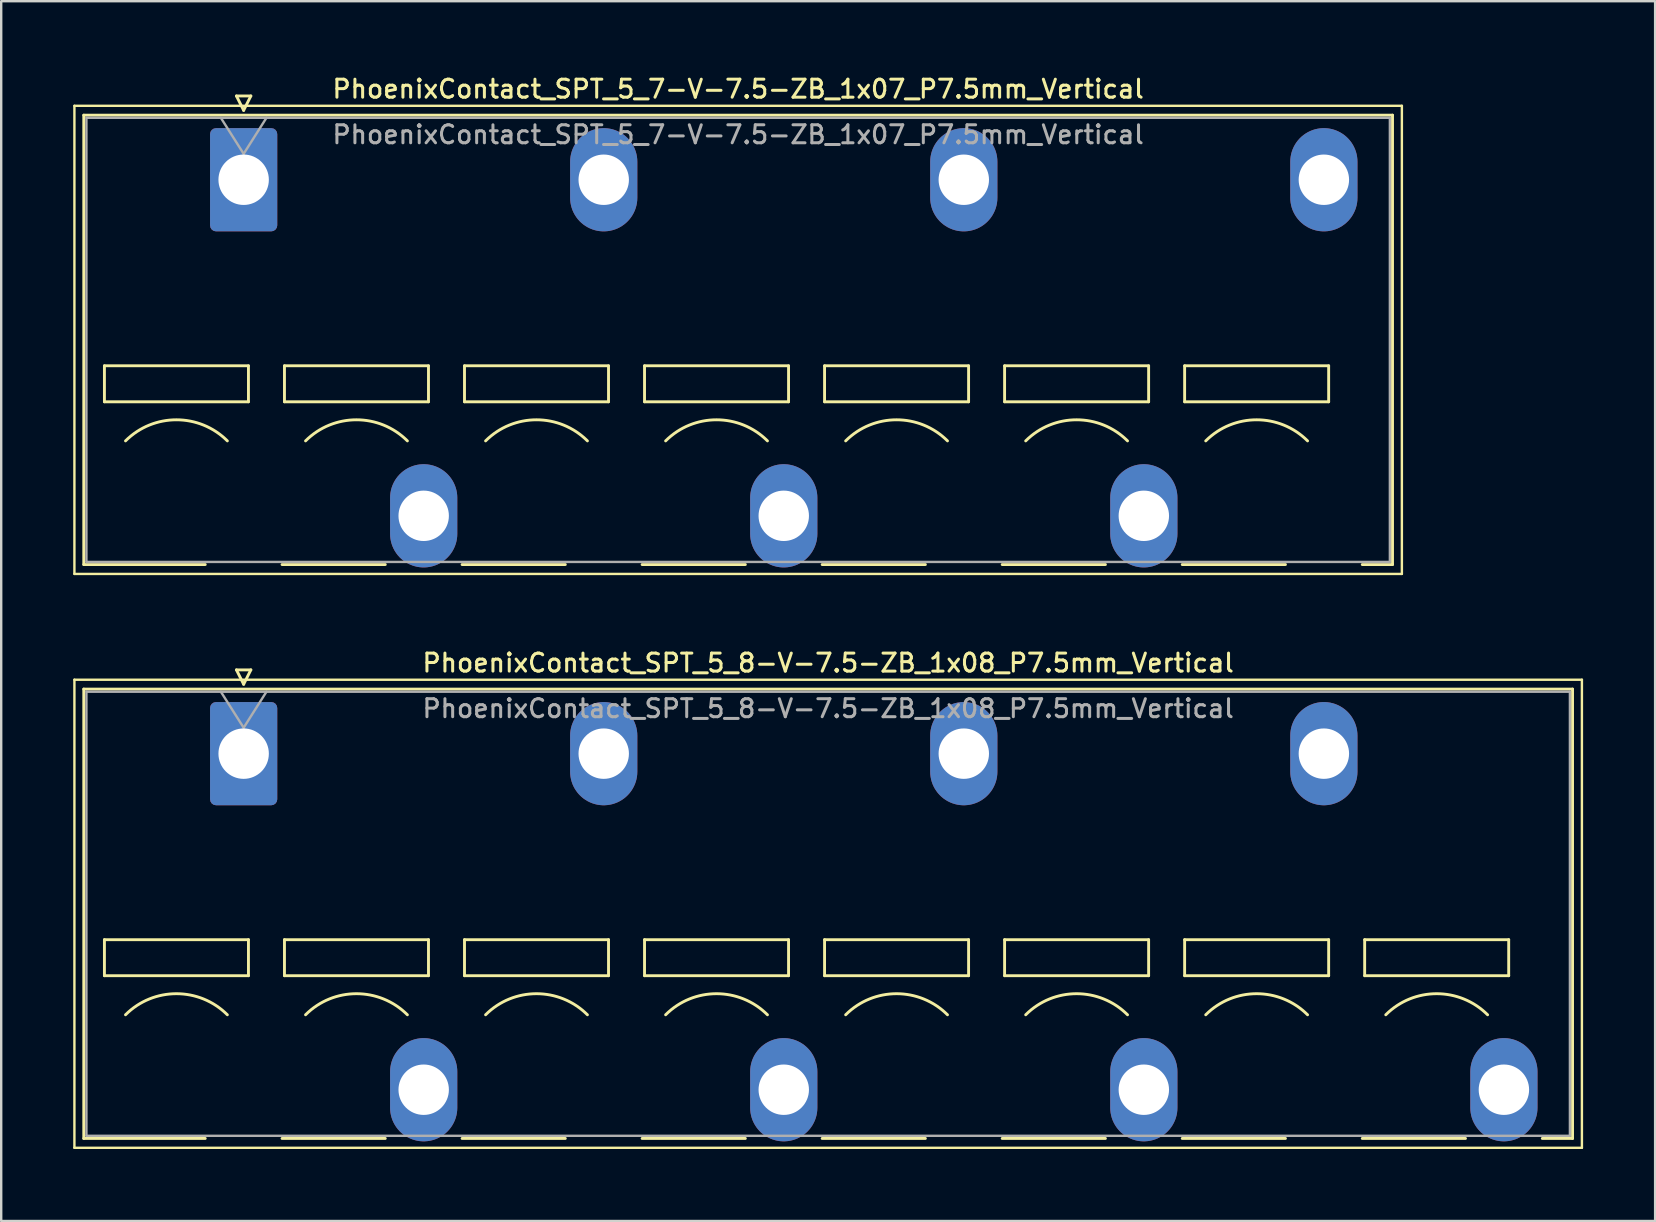
<source format=kicad_pcb>
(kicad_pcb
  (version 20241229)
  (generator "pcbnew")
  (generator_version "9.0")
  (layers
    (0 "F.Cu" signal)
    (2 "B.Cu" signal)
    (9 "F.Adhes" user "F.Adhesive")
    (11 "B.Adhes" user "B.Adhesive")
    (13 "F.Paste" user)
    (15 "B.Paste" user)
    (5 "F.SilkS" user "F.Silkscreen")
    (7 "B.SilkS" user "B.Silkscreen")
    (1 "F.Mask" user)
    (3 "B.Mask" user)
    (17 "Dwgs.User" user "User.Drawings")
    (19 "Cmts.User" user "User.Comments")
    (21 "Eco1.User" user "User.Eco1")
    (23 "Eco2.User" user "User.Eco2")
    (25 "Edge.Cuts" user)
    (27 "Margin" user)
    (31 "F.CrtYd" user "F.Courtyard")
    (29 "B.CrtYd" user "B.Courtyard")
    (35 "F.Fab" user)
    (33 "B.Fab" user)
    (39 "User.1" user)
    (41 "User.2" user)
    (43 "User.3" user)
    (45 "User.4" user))
  (footprint "PhoenixContact_SPT_5_8-V-7.5-ZB_1x08_P7.5mm_Vertical"
    (layer "F.Cu")
    (at 7.1 28.346)
    (property "Reference" "PhoenixContact_SPT_5_8-V-7.5-ZB_1x08_P7.5mm_Vertical" (at 24.35 -3.78 0) (layer "F.SilkS") (effects (font (size 0.75 0.75) (thickness 0.125))))
    (attr through_hole)
    (fp_line (start -7.05 -3.08) (end -7.05 16.42) (stroke (width 0.1) (type solid)) (layer "F.SilkS"))
    (fp_line (start -7.05 16.42) (end 55.75 16.42) (stroke (width 0.1) (type solid)) (layer "F.SilkS"))
    (fp_line (start -6.66 -2.69) (end 55.36 -2.69) (stroke (width 0.12) (type solid)) (layer "F.SilkS"))
    (fp_line (start -6.66 16.03) (end -6.66 -2.69) (stroke (width 0.12) (type solid)) (layer "F.SilkS"))
    (fp_line (start -6.66 16.03) (end -1.6 16.03) (stroke (width 0.12) (type solid)) (layer "F.SilkS"))
    (fp_line (start -5.8 7.75) (end -5.8 9.25) (stroke (width 0.12) (type solid)) (layer "F.SilkS"))
    (fp_line (start -5.8 9.25) (end 0.2 9.25) (stroke (width 0.12) (type solid)) (layer "F.SilkS"))
    (fp_line (start -0.3 -3.49) (end 0 -2.89) (stroke (width 0.12) (type solid)) (layer "F.SilkS"))
    (fp_line (start -0.3 -3.49) (end 0.3 -3.49) (stroke (width 0.12) (type solid)) (layer "F.SilkS"))
    (fp_line (start 0.2 7.75) (end -5.8 7.75) (stroke (width 0.12) (type solid)) (layer "F.SilkS"))
    (fp_line (start 0.2 9.25) (end 0.2 7.75) (stroke (width 0.12) (type solid)) (layer "F.SilkS"))
    (fp_line (start 0.3 -3.49) (end 0 -2.89) (stroke (width 0.12) (type solid)) (layer "F.SilkS"))
    (fp_line (start 1.6 16.03) (end 5.9 16.03) (stroke (width 0.12) (type solid)) (layer "F.SilkS"))
    (fp_line (start 1.7 7.75) (end 1.7 9.25) (stroke (width 0.12) (type solid)) (layer "F.SilkS"))
    (fp_line (start 1.7 9.25) (end 7.7 9.25) (stroke (width 0.12) (type solid)) (layer "F.SilkS"))
    (fp_line (start 7.7 7.75) (end 1.7 7.75) (stroke (width 0.12) (type solid)) (layer "F.SilkS"))
    (fp_line (start 7.7 9.25) (end 7.7 7.75) (stroke (width 0.12) (type solid)) (layer "F.SilkS"))
    (fp_line (start 9.1 16.03) (end 13.4 16.03) (stroke (width 0.12) (type solid)) (layer "F.SilkS"))
    (fp_line (start 9.2 7.75) (end 9.2 9.25) (stroke (width 0.12) (type solid)) (layer "F.SilkS"))
    (fp_line (start 9.2 9.25) (end 15.2 9.25) (stroke (width 0.12) (type solid)) (layer "F.SilkS"))
    (fp_line (start 15.2 7.75) (end 9.2 7.75) (stroke (width 0.12) (type solid)) (layer "F.SilkS"))
    (fp_line (start 15.2 9.25) (end 15.2 7.75) (stroke (width 0.12) (type solid)) (layer "F.SilkS"))
    (fp_line (start 16.6 16.03) (end 20.9 16.03) (stroke (width 0.12) (type solid)) (layer "F.SilkS"))
    (fp_line (start 16.7 7.75) (end 16.7 9.25) (stroke (width 0.12) (type solid)) (layer "F.SilkS"))
    (fp_line (start 16.7 9.25) (end 22.7 9.25) (stroke (width 0.12) (type solid)) (layer "F.SilkS"))
    (fp_line (start 22.7 7.75) (end 16.7 7.75) (stroke (width 0.12) (type solid)) (layer "F.SilkS"))
    (fp_line (start 22.7 9.25) (end 22.7 7.75) (stroke (width 0.12) (type solid)) (layer "F.SilkS"))
    (fp_line (start 24.1 16.03) (end 28.4 16.03) (stroke (width 0.12) (type solid)) (layer "F.SilkS"))
    (fp_line (start 24.2 7.75) (end 24.2 9.25) (stroke (width 0.12) (type solid)) (layer "F.SilkS"))
    (fp_line (start 24.2 9.25) (end 30.2 9.25) (stroke (width 0.12) (type solid)) (layer "F.SilkS"))
    (fp_line (start 30.2 7.75) (end 24.2 7.75) (stroke (width 0.12) (type solid)) (layer "F.SilkS"))
    (fp_line (start 30.2 9.25) (end 30.2 7.75) (stroke (width 0.12) (type solid)) (layer "F.SilkS"))
    (fp_line (start 31.6 16.03) (end 35.9 16.03) (stroke (width 0.12) (type solid)) (layer "F.SilkS"))
    (fp_line (start 31.7 7.75) (end 31.7 9.25) (stroke (width 0.12) (type solid)) (layer "F.SilkS"))
    (fp_line (start 31.7 9.25) (end 37.7 9.25) (stroke (width 0.12) (type solid)) (layer "F.SilkS"))
    (fp_line (start 37.7 7.75) (end 31.7 7.75) (stroke (width 0.12) (type solid)) (layer "F.SilkS"))
    (fp_line (start 37.7 9.25) (end 37.7 7.75) (stroke (width 0.12) (type solid)) (layer "F.SilkS"))
    (fp_line (start 39.1 16.03) (end 43.4 16.03) (stroke (width 0.12) (type solid)) (layer "F.SilkS"))
    (fp_line (start 39.2 7.75) (end 39.2 9.25) (stroke (width 0.12) (type solid)) (layer "F.SilkS"))
    (fp_line (start 39.2 9.25) (end 45.2 9.25) (stroke (width 0.12) (type solid)) (layer "F.SilkS"))
    (fp_line (start 45.2 7.75) (end 39.2 7.75) (stroke (width 0.12) (type solid)) (layer "F.SilkS"))
    (fp_line (start 45.2 9.25) (end 45.2 7.75) (stroke (width 0.12) (type solid)) (layer "F.SilkS"))
    (fp_line (start 46.6 16.03) (end 50.9 16.03) (stroke (width 0.12) (type solid)) (layer "F.SilkS"))
    (fp_line (start 46.7 7.75) (end 46.7 9.25) (stroke (width 0.12) (type solid)) (layer "F.SilkS"))
    (fp_line (start 46.7 9.25) (end 52.7 9.25) (stroke (width 0.12) (type solid)) (layer "F.SilkS"))
    (fp_line (start 52.7 7.75) (end 46.7 7.75) (stroke (width 0.12) (type solid)) (layer "F.SilkS"))
    (fp_line (start 52.7 9.25) (end 52.7 7.75) (stroke (width 0.12) (type solid)) (layer "F.SilkS"))
    (fp_line (start 54.1 16.03) (end 55.36 16.03) (stroke (width 0.12) (type solid)) (layer "F.SilkS"))
    (fp_line (start 55.36 -2.69) (end 55.36 16.03) (stroke (width 0.12) (type solid)) (layer "F.SilkS"))
    (fp_line (start 55.75 -3.08) (end -7.05 -3.08) (stroke (width 0.1) (type solid)) (layer "F.SilkS"))
    (fp_line (start 55.75 16.42) (end 55.75 -3.08) (stroke (width 0.1) (type solid)) (layer "F.SilkS"))
    (fp_arc (start -4.92132 10.87868) (mid -2.8 10) (end -0.67868 10.87868) (stroke (width 0.12) (type solid)) (layer "F.SilkS"))
    (fp_arc (start 2.57868 10.87868) (mid 4.7 10) (end 6.82132 10.87868) (stroke (width 0.12) (type solid)) (layer "F.SilkS"))
    (fp_arc (start 10.07868 10.87868) (mid 12.2 10) (end 14.32132 10.87868) (stroke (width 0.12) (type solid)) (layer "F.SilkS"))
    (fp_arc (start 17.57868 10.87868) (mid 19.7 10) (end 21.82132 10.87868) (stroke (width 0.12) (type solid)) (layer "F.SilkS"))
    (fp_arc (start 25.07868 10.87868) (mid 27.2 10) (end 29.32132 10.87868) (stroke (width 0.12) (type solid)) (layer "F.SilkS"))
    (fp_arc (start 32.57868 10.87868) (mid 34.7 10) (end 36.82132 10.87868) (stroke (width 0.12) (type solid)) (layer "F.SilkS"))
    (fp_arc (start 40.07868 10.87868) (mid 42.2 10) (end 44.32132 10.87868) (stroke (width 0.12) (type solid)) (layer "F.SilkS"))
    (fp_arc (start 47.57868 10.87868) (mid 49.7 10) (end 51.82132 10.87868) (stroke (width 0.12) (type solid)) (layer "F.SilkS"))
    (fp_line (start -6.55 -2.58) (end -6.55 15.92) (stroke (width 0.1) (type solid)) (layer "F.Fab"))
    (fp_line (start -6.55 15.92) (end 55.25 15.92) (stroke (width 0.1) (type solid)) (layer "F.Fab"))
    (fp_line (start -0.95 -2.58) (end 0 -1.08) (stroke (width 0.1) (type solid)) (layer "F.Fab"))
    (fp_line (start 0.95 -2.58) (end 0 -1.08) (stroke (width 0.1) (type solid)) (layer "F.Fab"))
    (fp_line (start 55.25 -2.58) (end -6.55 -2.58) (stroke (width 0.1) (type solid)) (layer "F.Fab"))
    (fp_line (start 55.25 15.92) (end 55.25 -2.58) (stroke (width 0.1) (type solid)) (layer "F.Fab"))
    (fp_text user "${REFERENCE}" (at 24.35 -1.88 0) (layer "F.Fab") (effects (font (size 0.75 0.75) (thickness 0.125))))
    (pad "1" thru_hole roundrect (at 0 0) (size 2.8 4.3) (drill 2.1) (layers "*.Cu" "*.Mask") (roundrect_rratio 0.089))
    (pad "2" thru_hole oval (at 7.5 14) (size 2.8 4.3) (drill 2.1) (layers "*.Cu" "*.Mask"))
    (pad "3" thru_hole oval (at 15 0) (size 2.8 4.3) (drill 2.1) (layers "*.Cu" "*.Mask"))
    (pad "4" thru_hole oval (at 22.5 14) (size 2.8 4.3) (drill 2.1) (layers "*.Cu" "*.Mask"))
    (pad "5" thru_hole oval (at 30 0) (size 2.8 4.3) (drill 2.1) (layers "*.Cu" "*.Mask"))
    (pad "6" thru_hole oval (at 37.5 14) (size 2.8 4.3) (drill 2.1) (layers "*.Cu" "*.Mask"))
    (pad "7" thru_hole oval (at 45 0) (size 2.8 4.3) (drill 2.1) (layers "*.Cu" "*.Mask"))
    (pad "8" thru_hole oval (at 52.5 14) (size 2.8 4.3) (drill 2.1) (layers "*.Cu" "*.Mask")))
  (footprint "PhoenixContact_SPT_5_7-V-7.5-ZB_1x07_P7.5mm_Vertical"
    (layer "F.Cu")
    (at 7.1 4.438)
    (property "Reference" "PhoenixContact_SPT_5_7-V-7.5-ZB_1x07_P7.5mm_Vertical" (at 20.6 -3.78 0) (layer "F.SilkS") (effects (font (size 0.75 0.75) (thickness 0.125))))
    (attr through_hole)
    (fp_line (start -7.05 -3.08) (end -7.05 16.42) (stroke (width 0.1) (type solid)) (layer "F.SilkS"))
    (fp_line (start -7.05 16.42) (end 48.25 16.42) (stroke (width 0.1) (type solid)) (layer "F.SilkS"))
    (fp_line (start -6.66 -2.69) (end 47.86 -2.69) (stroke (width 0.12) (type solid)) (layer "F.SilkS"))
    (fp_line (start -6.66 16.03) (end -6.66 -2.69) (stroke (width 0.12) (type solid)) (layer "F.SilkS"))
    (fp_line (start -6.66 16.03) (end -1.6 16.03) (stroke (width 0.12) (type solid)) (layer "F.SilkS"))
    (fp_line (start -5.8 7.75) (end -5.8 9.25) (stroke (width 0.12) (type solid)) (layer "F.SilkS"))
    (fp_line (start -5.8 9.25) (end 0.2 9.25) (stroke (width 0.12) (type solid)) (layer "F.SilkS"))
    (fp_line (start -0.3 -3.49) (end 0 -2.89) (stroke (width 0.12) (type solid)) (layer "F.SilkS"))
    (fp_line (start -0.3 -3.49) (end 0.3 -3.49) (stroke (width 0.12) (type solid)) (layer "F.SilkS"))
    (fp_line (start 0.2 7.75) (end -5.8 7.75) (stroke (width 0.12) (type solid)) (layer "F.SilkS"))
    (fp_line (start 0.2 9.25) (end 0.2 7.75) (stroke (width 0.12) (type solid)) (layer "F.SilkS"))
    (fp_line (start 0.3 -3.49) (end 0 -2.89) (stroke (width 0.12) (type solid)) (layer "F.SilkS"))
    (fp_line (start 1.6 16.03) (end 5.9 16.03) (stroke (width 0.12) (type solid)) (layer "F.SilkS"))
    (fp_line (start 1.7 7.75) (end 1.7 9.25) (stroke (width 0.12) (type solid)) (layer "F.SilkS"))
    (fp_line (start 1.7 9.25) (end 7.7 9.25) (stroke (width 0.12) (type solid)) (layer "F.SilkS"))
    (fp_line (start 7.7 7.75) (end 1.7 7.75) (stroke (width 0.12) (type solid)) (layer "F.SilkS"))
    (fp_line (start 7.7 9.25) (end 7.7 7.75) (stroke (width 0.12) (type solid)) (layer "F.SilkS"))
    (fp_line (start 9.1 16.03) (end 13.4 16.03) (stroke (width 0.12) (type solid)) (layer "F.SilkS"))
    (fp_line (start 9.2 7.75) (end 9.2 9.25) (stroke (width 0.12) (type solid)) (layer "F.SilkS"))
    (fp_line (start 9.2 9.25) (end 15.2 9.25) (stroke (width 0.12) (type solid)) (layer "F.SilkS"))
    (fp_line (start 15.2 7.75) (end 9.2 7.75) (stroke (width 0.12) (type solid)) (layer "F.SilkS"))
    (fp_line (start 15.2 9.25) (end 15.2 7.75) (stroke (width 0.12) (type solid)) (layer "F.SilkS"))
    (fp_line (start 16.6 16.03) (end 20.9 16.03) (stroke (width 0.12) (type solid)) (layer "F.SilkS"))
    (fp_line (start 16.7 7.75) (end 16.7 9.25) (stroke (width 0.12) (type solid)) (layer "F.SilkS"))
    (fp_line (start 16.7 9.25) (end 22.7 9.25) (stroke (width 0.12) (type solid)) (layer "F.SilkS"))
    (fp_line (start 22.7 7.75) (end 16.7 7.75) (stroke (width 0.12) (type solid)) (layer "F.SilkS"))
    (fp_line (start 22.7 9.25) (end 22.7 7.75) (stroke (width 0.12) (type solid)) (layer "F.SilkS"))
    (fp_line (start 24.1 16.03) (end 28.4 16.03) (stroke (width 0.12) (type solid)) (layer "F.SilkS"))
    (fp_line (start 24.2 7.75) (end 24.2 9.25) (stroke (width 0.12) (type solid)) (layer "F.SilkS"))
    (fp_line (start 24.2 9.25) (end 30.2 9.25) (stroke (width 0.12) (type solid)) (layer "F.SilkS"))
    (fp_line (start 30.2 7.75) (end 24.2 7.75) (stroke (width 0.12) (type solid)) (layer "F.SilkS"))
    (fp_line (start 30.2 9.25) (end 30.2 7.75) (stroke (width 0.12) (type solid)) (layer "F.SilkS"))
    (fp_line (start 31.6 16.03) (end 35.9 16.03) (stroke (width 0.12) (type solid)) (layer "F.SilkS"))
    (fp_line (start 31.7 7.75) (end 31.7 9.25) (stroke (width 0.12) (type solid)) (layer "F.SilkS"))
    (fp_line (start 31.7 9.25) (end 37.7 9.25) (stroke (width 0.12) (type solid)) (layer "F.SilkS"))
    (fp_line (start 37.7 7.75) (end 31.7 7.75) (stroke (width 0.12) (type solid)) (layer "F.SilkS"))
    (fp_line (start 37.7 9.25) (end 37.7 7.75) (stroke (width 0.12) (type solid)) (layer "F.SilkS"))
    (fp_line (start 39.1 16.03) (end 43.4 16.03) (stroke (width 0.12) (type solid)) (layer "F.SilkS"))
    (fp_line (start 39.2 7.75) (end 39.2 9.25) (stroke (width 0.12) (type solid)) (layer "F.SilkS"))
    (fp_line (start 39.2 9.25) (end 45.2 9.25) (stroke (width 0.12) (type solid)) (layer "F.SilkS"))
    (fp_line (start 45.2 7.75) (end 39.2 7.75) (stroke (width 0.12) (type solid)) (layer "F.SilkS"))
    (fp_line (start 45.2 9.25) (end 45.2 7.75) (stroke (width 0.12) (type solid)) (layer "F.SilkS"))
    (fp_line (start 46.6 16.03) (end 47.86 16.03) (stroke (width 0.12) (type solid)) (layer "F.SilkS"))
    (fp_line (start 47.86 -2.69) (end 47.86 16.03) (stroke (width 0.12) (type solid)) (layer "F.SilkS"))
    (fp_line (start 48.25 -3.08) (end -7.05 -3.08) (stroke (width 0.1) (type solid)) (layer "F.SilkS"))
    (fp_line (start 48.25 16.42) (end 48.25 -3.08) (stroke (width 0.1) (type solid)) (layer "F.SilkS"))
    (fp_arc (start -4.92132 10.87868) (mid -2.8 10) (end -0.67868 10.87868) (stroke (width 0.12) (type solid)) (layer "F.SilkS"))
    (fp_arc (start 2.57868 10.87868) (mid 4.7 10) (end 6.82132 10.87868) (stroke (width 0.12) (type solid)) (layer "F.SilkS"))
    (fp_arc (start 10.07868 10.87868) (mid 12.2 10) (end 14.32132 10.87868) (stroke (width 0.12) (type solid)) (layer "F.SilkS"))
    (fp_arc (start 17.57868 10.87868) (mid 19.7 10) (end 21.82132 10.87868) (stroke (width 0.12) (type solid)) (layer "F.SilkS"))
    (fp_arc (start 25.07868 10.87868) (mid 27.2 10) (end 29.32132 10.87868) (stroke (width 0.12) (type solid)) (layer "F.SilkS"))
    (fp_arc (start 32.57868 10.87868) (mid 34.7 10) (end 36.82132 10.87868) (stroke (width 0.12) (type solid)) (layer "F.SilkS"))
    (fp_arc (start 40.07868 10.87868) (mid 42.2 10) (end 44.32132 10.87868) (stroke (width 0.12) (type solid)) (layer "F.SilkS"))
    (fp_line (start -6.55 -2.58) (end -6.55 15.92) (stroke (width 0.1) (type solid)) (layer "F.Fab"))
    (fp_line (start -6.55 15.92) (end 47.75 15.92) (stroke (width 0.1) (type solid)) (layer "F.Fab"))
    (fp_line (start -0.95 -2.58) (end 0 -1.08) (stroke (width 0.1) (type solid)) (layer "F.Fab"))
    (fp_line (start 0.95 -2.58) (end 0 -1.08) (stroke (width 0.1) (type solid)) (layer "F.Fab"))
    (fp_line (start 47.75 -2.58) (end -6.55 -2.58) (stroke (width 0.1) (type solid)) (layer "F.Fab"))
    (fp_line (start 47.75 15.92) (end 47.75 -2.58) (stroke (width 0.1) (type solid)) (layer "F.Fab"))
    (fp_text user "${REFERENCE}" (at 20.6 -1.88 0) (layer "F.Fab") (effects (font (size 0.75 0.75) (thickness 0.125))))
    (pad "1" thru_hole roundrect (at 0 0) (size 2.8 4.3) (drill 2.1) (layers "*.Cu" "*.Mask") (roundrect_rratio 0.089))
    (pad "2" thru_hole oval (at 7.5 14) (size 2.8 4.3) (drill 2.1) (layers "*.Cu" "*.Mask"))
    (pad "3" thru_hole oval (at 15 0) (size 2.8 4.3) (drill 2.1) (layers "*.Cu" "*.Mask"))
    (pad "4" thru_hole oval (at 22.5 14) (size 2.8 4.3) (drill 2.1) (layers "*.Cu" "*.Mask"))
    (pad "5" thru_hole oval (at 30 0) (size 2.8 4.3) (drill 2.1) (layers "*.Cu" "*.Mask"))
    (pad "6" thru_hole oval (at 37.5 14) (size 2.8 4.3) (drill 2.1) (layers "*.Cu" "*.Mask"))
    (pad "7" thru_hole oval (at 45 0) (size 2.8 4.3) (drill 2.1) (layers "*.Cu" "*.Mask")))
  (gr_rect
    (start -3 -3)
    (end 65.9 47.816)
    (stroke (width 0.1) (type default))
    (fill no)
    (layer "Edge.Cuts")))
</source>
